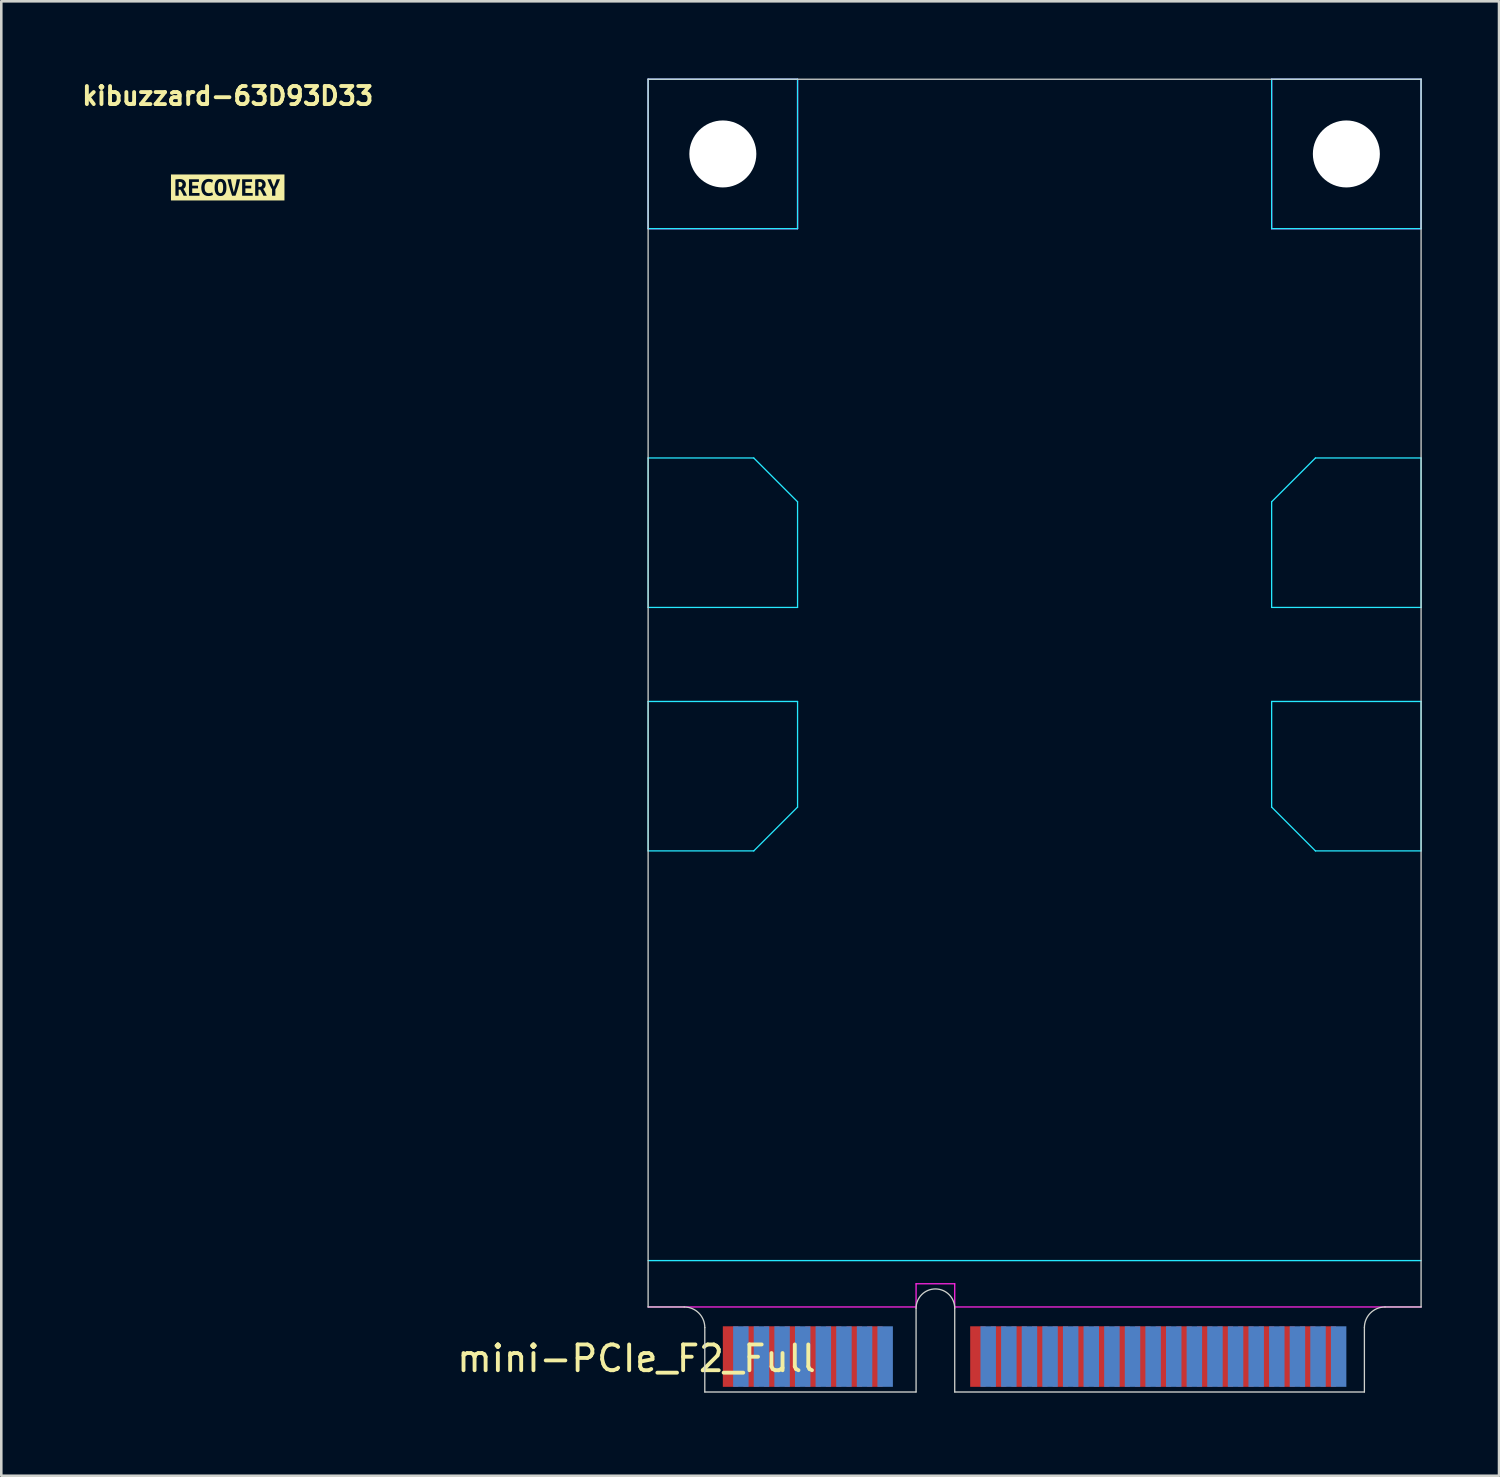
<source format=kicad_pcb>
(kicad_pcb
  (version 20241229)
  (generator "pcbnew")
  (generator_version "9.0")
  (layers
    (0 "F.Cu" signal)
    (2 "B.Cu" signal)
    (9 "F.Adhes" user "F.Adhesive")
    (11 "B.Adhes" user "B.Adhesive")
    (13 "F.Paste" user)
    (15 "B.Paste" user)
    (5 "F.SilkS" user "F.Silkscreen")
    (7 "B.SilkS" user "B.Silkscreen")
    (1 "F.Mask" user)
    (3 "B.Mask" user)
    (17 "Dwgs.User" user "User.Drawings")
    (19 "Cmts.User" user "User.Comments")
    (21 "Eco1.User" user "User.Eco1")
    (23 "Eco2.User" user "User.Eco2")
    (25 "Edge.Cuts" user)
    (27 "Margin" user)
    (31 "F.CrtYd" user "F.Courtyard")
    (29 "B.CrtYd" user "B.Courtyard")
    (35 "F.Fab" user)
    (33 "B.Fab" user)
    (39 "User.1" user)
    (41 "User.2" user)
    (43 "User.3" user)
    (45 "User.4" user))
  (footprint "mini-PCIe_F2_Full"
    (layer "F.Cu")
    (at 33.254 50.975)
    (property "Reference" "mini-PCIe_F2_Full" (at -11.6 -1.3 0) (layer "F.SilkS") (effects (font (size 1 1) (thickness 0.15))))
    (attr through_hole)
    (fp_line (start -11.15 -50.95) (end 18.85 -50.95) (stroke (width 0.05) (type solid)) (layer "Edge.Cuts"))
    (fp_line (start -11.15 -3.3) (end -11.15 -50.95) (stroke (width 0.05) (type solid)) (layer "Edge.Cuts"))
    (fp_line (start -11.15 -3.3) (end -9.75 -3.3) (stroke (width 0.05) (type solid)) (layer "Edge.Cuts"))
    (fp_line (start -8.95 0) (end -8.95 -2.5) (stroke (width 0.05) (type solid)) (layer "Edge.Cuts"))
    (fp_line (start -0.75 0) (end -8.95 0) (stroke (width 0.05) (type solid)) (layer "Edge.Cuts"))
    (fp_line (start -0.75 0) (end -0.75 -3.25) (stroke (width 0.05) (type solid)) (layer "Edge.Cuts"))
    (fp_line (start 0.75 0) (end 0.75 -3.25) (stroke (width 0.05) (type solid)) (layer "Edge.Cuts"))
    (fp_line (start 0.75 0) (end 16.65 0) (stroke (width 0.05) (type solid)) (layer "Edge.Cuts"))
    (fp_line (start 16.65 0) (end 16.65 -2.5) (stroke (width 0.05) (type solid)) (layer "Edge.Cuts"))
    (fp_line (start 17.45 -3.3) (end 18.85 -3.3) (stroke (width 0.05) (type solid)) (layer "Edge.Cuts"))
    (fp_line (start 18.85 -3.3) (end 18.85 -50.95) (stroke (width 0.05) (type solid)) (layer "Edge.Cuts"))
    (fp_arc (start -9.75 -3.3) (mid -9.184315 -3.065685) (end -8.95 -2.5) (stroke (width 0.05) (type solid)) (layer "Edge.Cuts"))
    (fp_arc (start -0.75 -3.25) (mid 0 -4) (end 0.75 -3.25) (stroke (width 0.05) (type solid)) (layer "Edge.Cuts"))
    (fp_arc (start 16.65 -2.5) (mid 16.884315 -3.065685) (end 17.45 -3.3) (stroke (width 0.05) (type solid)) (layer "Edge.Cuts"))
    (fp_line (start -11.15 -50.95) (end -5.35 -50.95) (stroke (width 0.05) (type solid)) (layer "B.CrtYd"))
    (fp_line (start -11.15 -45.15) (end -11.15 -50.95) (stroke (width 0.05) (type solid)) (layer "B.CrtYd"))
    (fp_line (start -11.15 -45.15) (end -5.35 -45.15) (stroke (width 0.05) (type solid)) (layer "B.CrtYd"))
    (fp_line (start -11.15 -36.25) (end -11.15 -30.45) (stroke (width 0.05) (type solid)) (layer "B.CrtYd"))
    (fp_line (start -11.15 -30.45) (end -5.35 -30.45) (stroke (width 0.05) (type solid)) (layer "B.CrtYd"))
    (fp_line (start -11.15 -26.8) (end -11.15 -21) (stroke (width 0.05) (type solid)) (layer "B.CrtYd"))
    (fp_line (start -11.15 -5.1) (end 18.85 -5.1) (stroke (width 0.05) (type solid)) (layer "B.CrtYd"))
    (fp_line (start -7.05 -36.25) (end -11.15 -36.25) (stroke (width 0.05) (type solid)) (layer "B.CrtYd"))
    (fp_line (start -7.05 -36.25) (end -5.35 -34.55) (stroke (width 0.05) (type solid)) (layer "B.CrtYd"))
    (fp_line (start -7.05 -21) (end -11.15 -21) (stroke (width 0.05) (type solid)) (layer "B.CrtYd"))
    (fp_line (start -5.35 -45.15) (end -5.35 -50.95) (stroke (width 0.05) (type solid)) (layer "B.CrtYd"))
    (fp_line (start -5.35 -34.55) (end -5.35 -30.45) (stroke (width 0.05) (type solid)) (layer "B.CrtYd"))
    (fp_line (start -5.35 -26.8) (end -11.15 -26.8) (stroke (width 0.05) (type solid)) (layer "B.CrtYd"))
    (fp_line (start -5.35 -22.7) (end -7.05 -21) (stroke (width 0.05) (type solid)) (layer "B.CrtYd"))
    (fp_line (start -5.35 -22.7) (end -5.35 -26.8) (stroke (width 0.05) (type solid)) (layer "B.CrtYd"))
    (fp_line (start 13.05 -50.95) (end 18.85 -50.95) (stroke (width 0.05) (type solid)) (layer "B.CrtYd"))
    (fp_line (start 13.05 -45.15) (end 13.05 -50.95) (stroke (width 0.05) (type solid)) (layer "B.CrtYd"))
    (fp_line (start 13.05 -45.15) (end 18.85 -45.15) (stroke (width 0.05) (type solid)) (layer "B.CrtYd"))
    (fp_line (start 13.05 -34.55) (end 13.05 -30.45) (stroke (width 0.05) (type solid)) (layer "B.CrtYd"))
    (fp_line (start 13.05 -26.8) (end 18.85 -26.8) (stroke (width 0.05) (type solid)) (layer "B.CrtYd"))
    (fp_line (start 13.05 -22.7) (end 13.05 -26.8) (stroke (width 0.05) (type solid)) (layer "B.CrtYd"))
    (fp_line (start 13.05 -22.7) (end 14.75 -21) (stroke (width 0.05) (type solid)) (layer "B.CrtYd"))
    (fp_line (start 14.75 -36.25) (end 13.05 -34.55) (stroke (width 0.05) (type solid)) (layer "B.CrtYd"))
    (fp_line (start 14.75 -36.25) (end 18.85 -36.25) (stroke (width 0.05) (type solid)) (layer "B.CrtYd"))
    (fp_line (start 14.75 -21) (end 18.85 -21) (stroke (width 0.05) (type solid)) (layer "B.CrtYd"))
    (fp_line (start 18.85 -45.15) (end 18.85 -50.95) (stroke (width 0.05) (type solid)) (layer "B.CrtYd"))
    (fp_line (start 18.85 -36.25) (end 18.85 -30.45) (stroke (width 0.05) (type solid)) (layer "B.CrtYd"))
    (fp_line (start 18.85 -30.45) (end 13.05 -30.45) (stroke (width 0.05) (type solid)) (layer "B.CrtYd"))
    (fp_line (start 18.85 -26.8) (end 18.85 -21) (stroke (width 0.05) (type solid)) (layer "B.CrtYd"))
    (fp_line (start -11.15 -50.95) (end -5.35 -50.95) (stroke (width 0.05) (type solid)) (layer "F.CrtYd"))
    (fp_line (start -11.15 -45.15) (end -11.15 -50.95) (stroke (width 0.05) (type solid)) (layer "F.CrtYd"))
    (fp_line (start -11.15 -45.15) (end -5.35 -45.15) (stroke (width 0.05) (type solid)) (layer "F.CrtYd"))
    (fp_line (start -11.15 -3.3) (end -0.75 -3.3) (stroke (width 0.05) (type solid)) (layer "F.CrtYd"))
    (fp_line (start -5.35 -45.15) (end -5.35 -50.95) (stroke (width 0.05) (type solid)) (layer "F.CrtYd"))
    (fp_line (start -0.75 -4.2) (end 0.75 -4.2) (stroke (width 0.05) (type solid)) (layer "F.CrtYd"))
    (fp_line (start -0.75 -3.3) (end -0.75 -4.2) (stroke (width 0.05) (type solid)) (layer "F.CrtYd"))
    (fp_line (start 0.75 -3.3) (end 0.75 -4.2) (stroke (width 0.05) (type solid)) (layer "F.CrtYd"))
    (fp_line (start 0.75 -3.3) (end 18.85 -3.3) (stroke (width 0.05) (type solid)) (layer "F.CrtYd"))
    (fp_line (start 13.05 -50.95) (end 18.85 -50.95) (stroke (width 0.05) (type solid)) (layer "F.CrtYd"))
    (fp_line (start 13.05 -45.15) (end 13.05 -50.95) (stroke (width 0.05) (type solid)) (layer "F.CrtYd"))
    (fp_line (start 13.05 -45.15) (end 18.85 -45.15) (stroke (width 0.05) (type solid)) (layer "F.CrtYd"))
    (fp_line (start 18.85 -45.15) (end 18.85 -50.95) (stroke (width 0.05) (type solid)) (layer "F.CrtYd"))
    (pad "" np_thru_hole circle (at -8.25 -48.05) (size 2.6 2.6) (drill 2.6) (layers "*.Cu"))
    (pad "" np_thru_hole circle (at 15.95 -48.05) (size 2.6 2.6) (drill 2.6) (layers "*.Cu"))
    (pad "1" smd rect (at -7.95 -1.375) (size 0.6 2.35) (layers "F.Cu" "F.Mask"))
    (pad "2" smd rect (at -7.55 -1.375) (size 0.6 2.35) (layers "B.Cu" "B.Mask"))
    (pad "3" smd rect (at -7.15 -1.375) (size 0.6 2.35) (layers "F.Cu" "F.Mask"))
    (pad "4" smd rect (at -6.75 -1.375) (size 0.6 2.35) (layers "B.Cu" "B.Mask"))
    (pad "5" smd rect (at -6.35 -1.375) (size 0.6 2.35) (layers "F.Cu" "F.Mask"))
    (pad "6" smd rect (at -5.95 -1.375) (size 0.6 2.35) (layers "B.Cu" "B.Mask"))
    (pad "7" smd rect (at -5.55 -1.375) (size 0.6 2.35) (layers "F.Cu" "F.Mask"))
    (pad "8" smd rect (at -5.15 -1.375) (size 0.6 2.35) (layers "B.Cu" "B.Mask"))
    (pad "9" smd rect (at -4.75 -1.375) (size 0.6 2.35) (layers "F.Cu" "F.Mask"))
    (pad "10" smd rect (at -4.35 -1.375) (size 0.6 2.35) (layers "B.Cu" "B.Mask"))
    (pad "11" smd rect (at -3.95 -1.375) (size 0.6 2.35) (layers "F.Cu" "F.Mask"))
    (pad "12" smd rect (at -3.55 -1.375) (size 0.6 2.35) (layers "B.Cu" "B.Mask"))
    (pad "13" smd rect (at -3.15 -1.375) (size 0.6 2.35) (layers "F.Cu" "F.Mask"))
    (pad "14" smd rect (at -2.75 -1.375) (size 0.6 2.35) (layers "B.Cu" "B.Mask"))
    (pad "15" smd rect (at -2.35 -1.375) (size 0.6 2.35) (layers "F.Cu" "F.Mask"))
    (pad "16" smd rect (at -1.95 -1.375) (size 0.6 2.35) (layers "B.Cu" "B.Mask"))
    (pad "17" smd rect (at 1.65 -1.375) (size 0.6 2.35) (layers "F.Cu" "F.Mask"))
    (pad "18" smd rect (at 2.05 -1.375) (size 0.6 2.35) (layers "B.Cu" "B.Mask"))
    (pad "19" smd rect (at 2.45 -1.375) (size 0.6 2.35) (layers "F.Cu" "F.Mask"))
    (pad "20" smd rect (at 2.85 -1.375) (size 0.6 2.35) (layers "B.Cu" "B.Mask"))
    (pad "21" smd rect (at 3.25 -1.375) (size 0.6 2.35) (layers "F.Cu" "F.Mask"))
    (pad "22" smd rect (at 3.65 -1.375) (size 0.6 2.35) (layers "B.Cu" "B.Mask"))
    (pad "23" smd rect (at 4.05 -1.375) (size 0.6 2.35) (layers "F.Cu" "F.Mask"))
    (pad "24" smd rect (at 4.45 -1.375) (size 0.6 2.35) (layers "B.Cu" "B.Mask"))
    (pad "25" smd rect (at 4.85 -1.375) (size 0.6 2.35) (layers "F.Cu" "F.Mask"))
    (pad "26" smd rect (at 5.25 -1.375) (size 0.6 2.35) (layers "B.Cu" "B.Mask"))
    (pad "27" smd rect (at 5.65 -1.375) (size 0.6 2.35) (layers "F.Cu" "F.Mask"))
    (pad "28" smd rect (at 6.05 -1.375) (size 0.6 2.35) (layers "B.Cu" "B.Mask"))
    (pad "29" smd rect (at 6.45 -1.375) (size 0.6 2.35) (layers "F.Cu" "F.Mask"))
    (pad "30" smd rect (at 6.85 -1.375) (size 0.6 2.35) (layers "B.Cu" "B.Mask"))
    (pad "31" smd rect (at 7.25 -1.375) (size 0.6 2.35) (layers "F.Cu" "F.Mask"))
    (pad "32" smd rect (at 7.65 -1.375) (size 0.6 2.35) (layers "B.Cu" "B.Mask"))
    (pad "33" smd rect (at 8.05 -1.375) (size 0.6 2.35) (layers "F.Cu" "F.Mask"))
    (pad "34" smd rect (at 8.45 -1.375) (size 0.6 2.35) (layers "B.Cu" "B.Mask"))
    (pad "35" smd rect (at 8.85 -1.375) (size 0.6 2.35) (layers "F.Cu" "F.Mask"))
    (pad "36" smd rect (at 9.25 -1.375) (size 0.6 2.35) (layers "B.Cu" "B.Mask"))
    (pad "37" smd rect (at 9.65 -1.375) (size 0.6 2.35) (layers "F.Cu" "F.Mask"))
    (pad "38" smd rect (at 10.05 -1.375) (size 0.6 2.35) (layers "B.Cu" "B.Mask"))
    (pad "39" smd rect (at 10.45 -1.375) (size 0.6 2.35) (layers "F.Cu" "F.Mask"))
    (pad "40" smd rect (at 10.85 -1.375) (size 0.6 2.35) (layers "B.Cu" "B.Mask"))
    (pad "41" smd rect (at 11.25 -1.375) (size 0.6 2.35) (layers "F.Cu" "F.Mask"))
    (pad "42" smd rect (at 11.65 -1.375) (size 0.6 2.35) (layers "B.Cu" "B.Mask"))
    (pad "43" smd rect (at 12.05 -1.375) (size 0.6 2.35) (layers "F.Cu" "F.Mask"))
    (pad "44" smd rect (at 12.45 -1.375) (size 0.6 2.35) (layers "B.Cu" "B.Mask"))
    (pad "45" smd rect (at 12.85 -1.375) (size 0.6 2.35) (layers "F.Cu" "F.Mask"))
    (pad "46" smd rect (at 13.25 -1.375) (size 0.6 2.35) (layers "B.Cu" "B.Mask"))
    (pad "47" smd rect (at 13.65 -1.375) (size 0.6 2.35) (layers "F.Cu" "F.Mask"))
    (pad "48" smd rect (at 14.05 -1.375) (size 0.6 2.35) (layers "B.Cu" "B.Mask"))
    (pad "49" smd rect (at 14.45 -1.375) (size 0.6 2.35) (layers "F.Cu" "F.Mask"))
    (pad "50" smd rect (at 14.85 -1.375) (size 0.6 2.35) (layers "B.Cu" "B.Mask"))
    (pad "51" smd rect (at 15.25 -1.375) (size 0.6 2.35) (layers "F.Cu" "F.Mask"))
    (pad "52" smd rect (at 15.65 -1.375) (size 0.6 2.35) (layers "B.Cu" "B.Mask")))
  (footprint "kibuzzard-63D93D33"
    (layer "F.Cu")
    (at 5.788 4.226)
    (property "Reference" "kibuzzard-63D93D33" (at 0 -3.553 0) (layer "F.SilkS") (effects (font (size 0.7 0.7) (thickness 0.15))))
    (attr board_only exclude_from_pos_files exclude_from_bom)
    (fp_poly (pts (xy -1.752 -0.118) (xy -1.76 -0.161) (xy -1.783 -0.192) (xy -1.819 -0.21) (xy -1.865 -0.216) (xy -1.882 -0.215) (xy -1.903 -0.213) (xy -1.903 -0.021) (xy -1.875 -0.021) (xy -1.819 -0.027) (xy -1.781 -0.046) (xy -1.752 -0.118)) (stroke (width 0) (type solid)) (fill yes) (layer "F.SilkS"))
    (fp_poly (pts (xy 1.344 -0.118) (xy 1.336 -0.161) (xy 1.313 -0.192) (xy 1.277 -0.21) (xy 1.231 -0.216) (xy 1.213 -0.215) (xy 1.193 -0.213) (xy 1.193 -0.021) (xy 1.221 -0.021) (xy 1.277 -0.027) (xy 1.315 -0.046) (xy 1.344 -0.118)) (stroke (width 0) (type solid)) (fill yes) (layer "F.SilkS"))
    (fp_poly (pts (xy -0.381 0) (xy -0.38 0.045) (xy -0.377 0.087) (xy -0.363 0.158) (xy -0.332 0.205) (xy -0.28 0.223) (xy -0.228 0.205) (xy -0.197 0.157) (xy -0.182 0.087) (xy -0.179 0.045) (xy -0.179 0) (xy -0.179 -0.045) (xy -0.182 -0.087) (xy -0.197 -0.158) (xy -0.227 -0.205) (xy -0.28 -0.223) (xy -0.332 -0.205) (xy -0.363 -0.157) (xy -0.377 -0.087) (xy -0.38 -0.045) (xy -0.381 0)) (stroke (width 0) (type solid)) (fill yes) (layer "F.SilkS"))
    (fp_poly (pts (xy -2.03 -0.505) (xy -2.202 -0.505) (xy -2.202 0.505) (xy -2.03 0.505) (xy -1.581 0.505) (xy -1.581 0.32) (xy -1.714 0.32) (xy -1.74 0.259) (xy -1.769 0.201) (xy -1.802 0.143) (xy -1.837 0.085) (xy -1.903 0.085) (xy -1.903 0.32) (xy -2.03 0.32) (xy -2.03 -0.31) (xy -1.989 -0.317) (xy -1.944 -0.322) (xy -1.901 -0.325) (xy -1.865 -0.326) (xy -1.812 -0.323) (xy -1.766 -0.314) (xy -1.724 -0.298) (xy -1.689 -0.276) (xy -1.64 -0.21) (xy -1.627 -0.167) (xy -1.623 -0.117) (xy -1.629 -0.063) (xy -1.646 -0.015) (xy -1.676 0.025) (xy -1.721 0.054) (xy -1.684 0.113) (xy -1.646 0.181) (xy -1.61 0.252) (xy -1.581 0.32) (xy -1.581 0.505) (xy -1.504 0.505) (xy -1.504 0.32) (xy -1.504 -0.319) (xy -1.118 -0.319) (xy -1.118 -0.214) (xy -1.378 -0.214) (xy -1.378 -0.07) (xy -1.152 -0.07) (xy -1.152 0.035) (xy -1.378 0.035) (xy -1.378 0.215) (xy -1.095 0.215) (xy -1.095 0.32) (xy -1.504 0.32) (xy -1.504 0.505) (xy -0.748 0.505) (xy -0.748 0.333) (xy -0.831 0.324) (xy -0.9 0.295) (xy -0.954 0.247) (xy -0.986 0.199) (xy -1.008 0.142) (xy -1.021 0.075) (xy -1.026 0) (xy -1.02 -0.075) (xy -1.004 -0.141) (xy -0.978 -0.199) (xy -0.944 -0.246) (xy -0.901 -0.284) (xy -0.852 -0.311) (xy -0.796 -0.328) (xy -0.736 -0.333) (xy -0.674 -0.328) (xy -0.626 -0.315) (xy -0.592 -0.299) (xy -0.571 -0.287) (xy -0.604 -0.186) (xy -0.661 -0.212) (xy -0.738 -0.223) (xy -0.796 -0.212) (xy -0.847 -0.176) (xy -0.883 -0.108) (xy -0.893 -0.061) (xy -0.897 -0.003) (xy -0.893 0.064) (xy -0.88 0.12) (xy -0.859 0.165) (xy -0.809 0.208) (xy -0.736 0.223) (xy -0.654 0.212) (xy -0.602 0.189) (xy -0.57 0.289) (xy -0.642 0.319) (xy -0.692 0.33) (xy -0.748 0.333) (xy -0.748 0.505) (xy -0.279 0.505) (xy -0.279 0.333) (xy -0.348 0.324) (xy -0.405 0.296) (xy -0.45 0.249) (xy -0.476 0.202) (xy -0.495 0.145) (xy -0.506 0.077) (xy -0.51 0) (xy -0.506 -0.077) (xy -0.495 -0.145) (xy -0.476 -0.202) (xy -0.449 -0.249) (xy -0.403 -0.296) (xy -0.347 -0.324) (xy -0.28 -0.333) (xy -0.211 -0.324) (xy -0.154 -0.296) (xy -0.108 -0.249) (xy -0.083 -0.202) (xy -0.064 -0.145) (xy -0.053 -0.077) (xy -0.05 0) (xy -0.053 0.077) (xy -0.064 0.145) (xy -0.083 0.202) (xy -0.109 0.249) (xy -0.155 0.296) (xy -0.211 0.324) (xy -0.279 0.333) (xy -0.279 0.505) (xy 0.17 0.505) (xy 0.17 0.32) (xy 0.145 0.244) (xy 0.118 0.159) (xy 0.099 0.099) (xy 0.082 0.039) (xy 0.065 -0.02) (xy 0.049 -0.079) (xy 0.034 -0.135) (xy 0.021 -0.189) (xy 0.004 -0.261) (xy -0.008 -0.319) (xy 0.126 -0.319) (xy 0.134 -0.265) (xy 0.144 -0.204) (xy 0.157 -0.137) (xy 0.172 -0.069) (xy 0.187 0.001) (xy 0.204 0.069) (xy 0.221 0.133) (xy 0.237 0.19) (xy 0.254 0.133) (xy 0.27 0.07) (xy 0.286 0.002) (xy 0.301 -0.068) (xy 0.315 -0.136) (xy 0.328 -0.203) (xy 0.339 -0.265) (xy 0.349 -0.319) (xy 0.482 -0.319) (xy 0.468 -0.253) (xy 0.451 -0.181) (xy 0.432 -0.102) (xy 0.41 -0.02) (xy 0.394 0.036) (xy 0.377 0.093) (xy 0.359 0.151) (xy 0.34 0.209) (xy 0.321 0.265) (xy 0.301 0.32) (xy 0.17 0.32) (xy 0.17 0.505) (xy 0.559 0.505) (xy 0.559 0.32) (xy 0.559 -0.319) (xy 0.946 -0.319) (xy 0.946 -0.214) (xy 0.686 -0.214) (xy 0.686 -0.07) (xy 0.912 -0.07) (xy 0.912 0.035) (xy 0.686 0.035) (xy 0.686 0.215) (xy 0.969 0.215) (xy 0.969 0.32) (xy 0.559 0.32) (xy 0.559 0.505) (xy 1.515 0.505) (xy 1.515 0.32) (xy 1.382 0.32) (xy 1.356 0.259) (xy 1.326 0.201) (xy 1.294 0.143) (xy 1.259 0.085) (xy 1.193 0.085) (xy 1.193 0.32) (xy 1.066 0.32) (xy 1.066 -0.31) (xy 1.107 -0.317) (xy 1.152 -0.322) (xy 1.195 -0.325) (xy 1.231 -0.326) (xy 1.283 -0.323) (xy 1.33 -0.314) (xy 1.371 -0.298) (xy 1.406 -0.276) (xy 1.455 -0.21) (xy 1.468 -0.167) (xy 1.472 -0.117) (xy 1.467 -0.063) (xy 1.45 -0.015) (xy 1.42 0.025) (xy 1.374 0.054) (xy 1.412 0.113) (xy 1.45 0.181) (xy 1.485 0.252) (xy 1.515 0.32) (xy 1.515 0.505) (xy 1.849 0.505) (xy 1.849 0.32) (xy 1.721 0.32) (xy 1.721 0.077) (xy 1.685 0.011) (xy 1.652 -0.054) (xy 1.622 -0.118) (xy 1.593 -0.183) (xy 1.566 -0.25) (xy 1.54 -0.319) (xy 1.676 -0.319) (xy 1.701 -0.244) (xy 1.728 -0.168) (xy 1.758 -0.094) (xy 1.788 -0.027) (xy 1.815 -0.087) (xy 1.844 -0.163) (xy 1.859 -0.204) (xy 1.873 -0.245) (xy 1.899 -0.319) (xy 2.03 -0.319) (xy 2.01 -0.267) (xy 1.99 -0.217) (xy 1.97 -0.167) (xy 1.949 -0.119) (xy 1.927 -0.07) (xy 1.903 -0.022) (xy 1.877 0.026) (xy 1.849 0.076) (xy 1.849 0.32) (xy 1.849 0.505) (xy 2.03 0.505) (xy 2.202 0.505) (xy 2.202 -0.505) (xy 2.03 -0.505) (xy -2.03 -0.505)) (stroke (width 0) (type solid)) (fill yes) (layer "F.SilkS")))
  (gr_rect
    (start -3 -3)
    (end 55.129 54.225)
    (stroke (width 0.1) (type default))
    (fill no)
    (layer "Edge.Cuts")))
</source>
